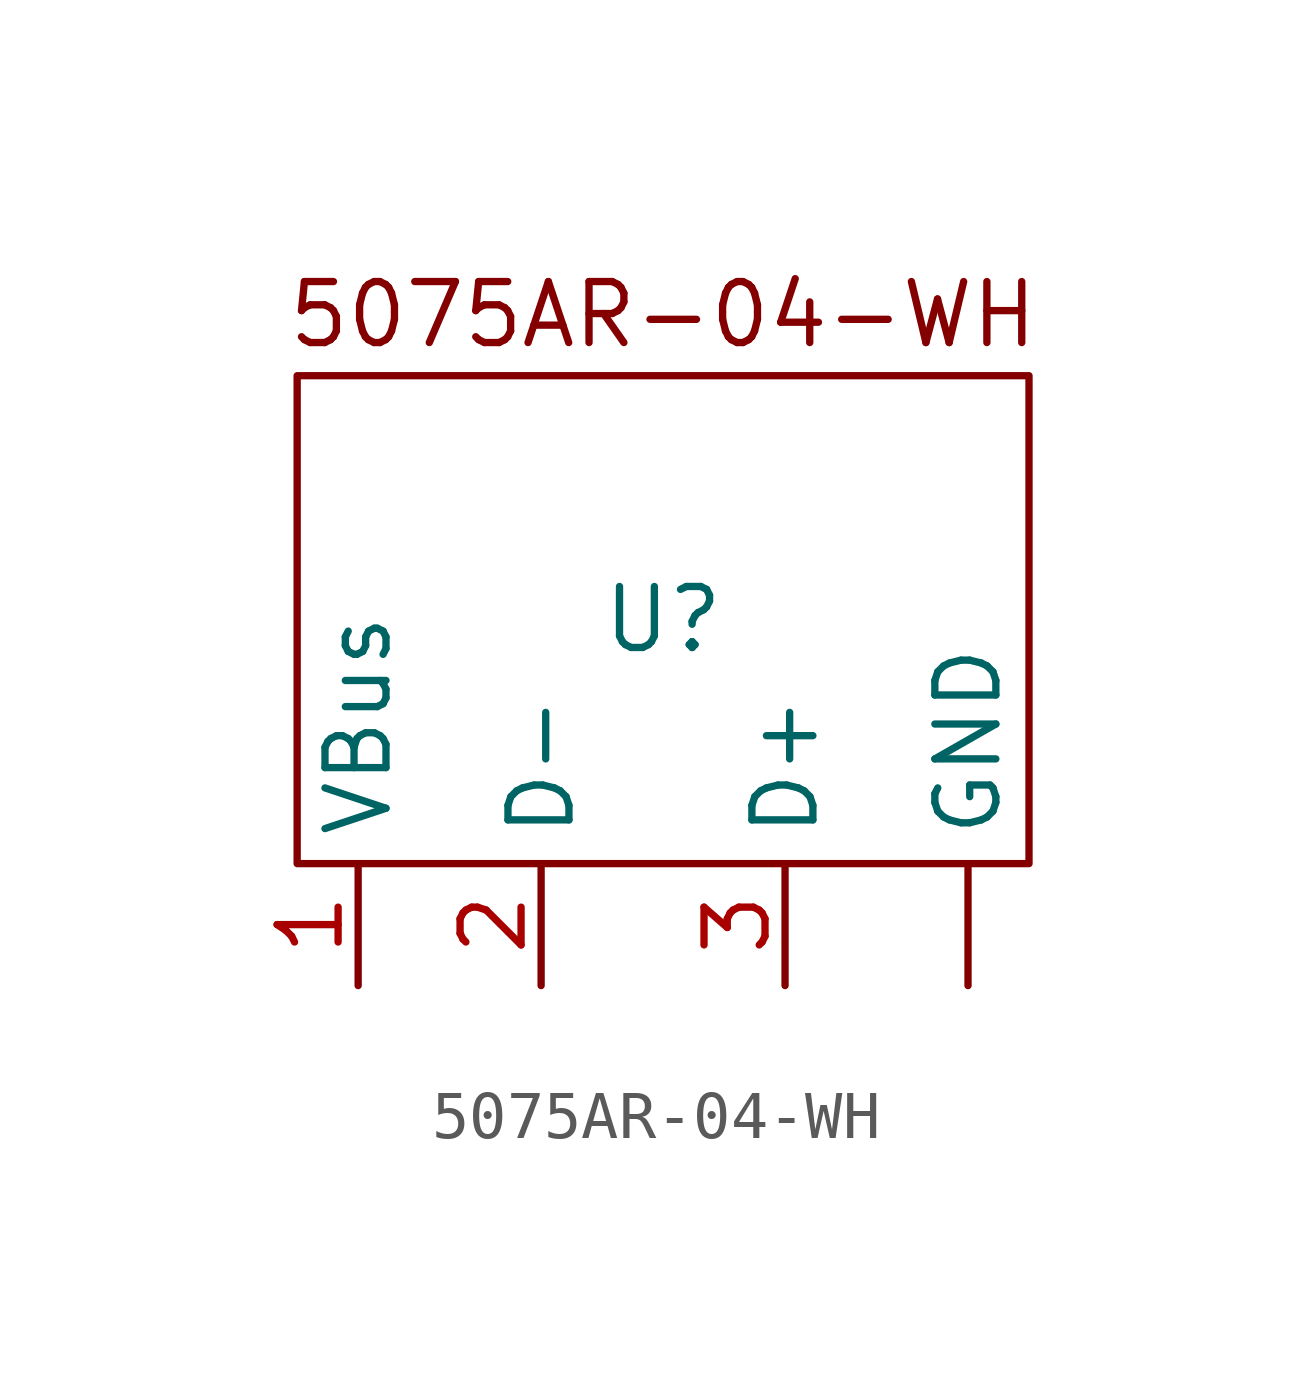
<source format=kicad_sym>
(kicad_symbol_lib
  (version 20231120)
  (generator "kicad_symbol_editor")
  (generator_version "8.0")
  (symbol "5075AR-04-WH"
    (property "Reference" "U"
      (at 0 0 0)
      (effects (font (size 1.27 1.27))))
    (property "Value" ""
      (at 0 0 0)
      (effects (font (size 1.27 1.27))))
    (symbol "5075AR-04-WH_0_1"
      (rectangle (start -7.62 5.08) (end 7.62 -5.08) (stroke (width 0) (type default)) (fill (type none))))
    (symbol "5075AR-04-WH_1_1"
      (text "5075AR-04-WH" (at 0 6.35 0) (effects (font (size 1.27 1.27))))
      (pin passive line (at 6.35 -7.62 90) (length 2.54) (name "GND" (effects (font (size 1.27 1.27)))) (number "" (effects (font (size 1.27 1.27)))))
      (pin passive line (at -6.35 -7.62 90) (length 2.54) (name "VBus" (effects (font (size 1.27 1.27)))) (number "1" (effects (font (size 1.27 1.27)))))
      (pin input line (at -2.54 -7.62 90) (length 2.54) (name "D-" (effects (font (size 1.27 1.27)))) (number "2" (effects (font (size 1.27 1.27)))))
      (pin output line (at 2.54 -7.62 90) (length 2.54) (name "D+" (effects (font (size 1.27 1.27)))) (number "3" (effects (font (size 1.27 1.27))))))))
</source>
